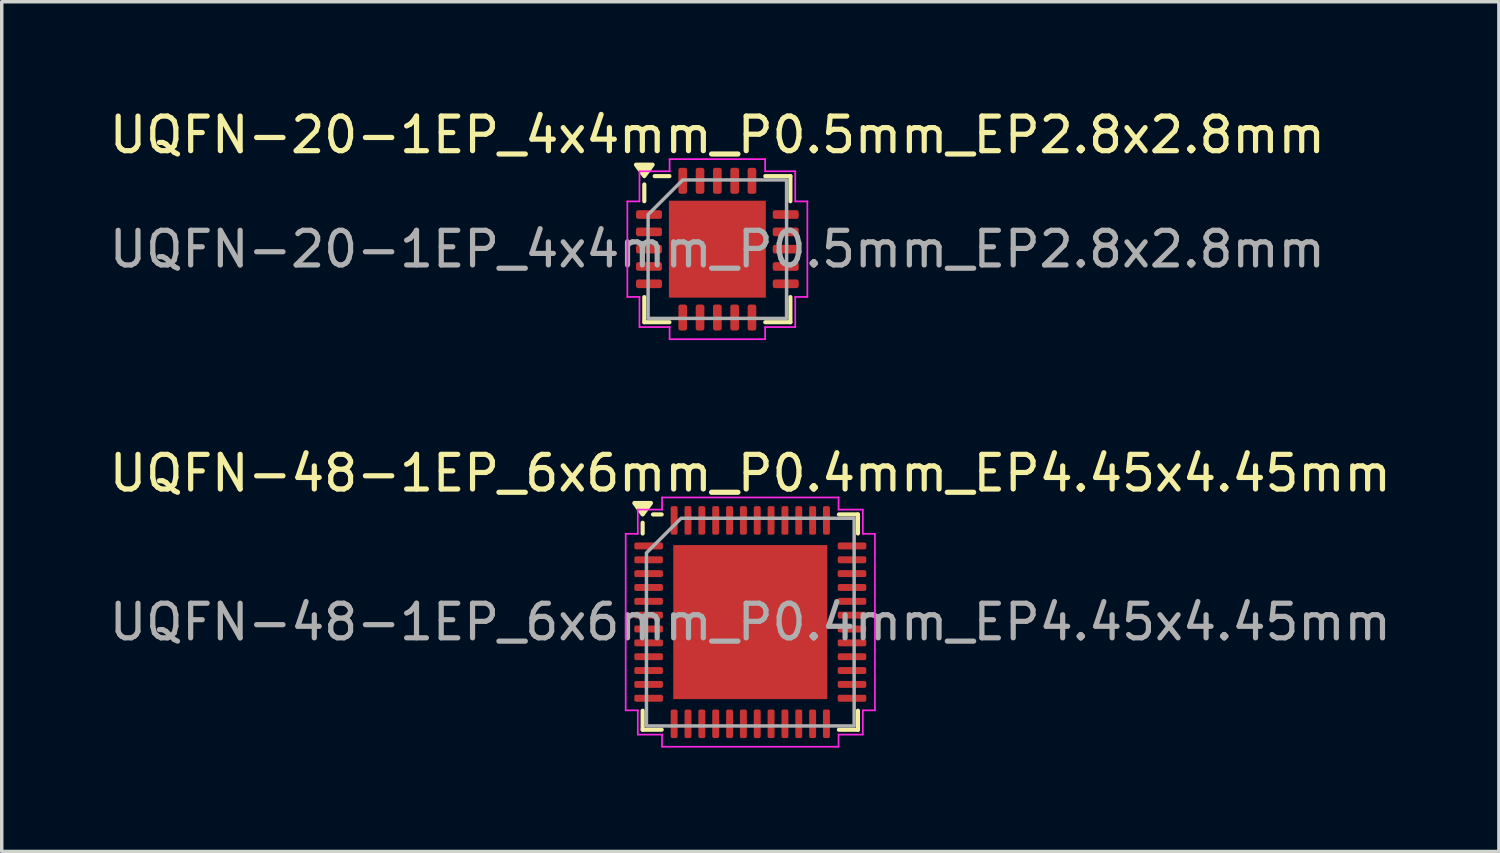
<source format=kicad_pcb>
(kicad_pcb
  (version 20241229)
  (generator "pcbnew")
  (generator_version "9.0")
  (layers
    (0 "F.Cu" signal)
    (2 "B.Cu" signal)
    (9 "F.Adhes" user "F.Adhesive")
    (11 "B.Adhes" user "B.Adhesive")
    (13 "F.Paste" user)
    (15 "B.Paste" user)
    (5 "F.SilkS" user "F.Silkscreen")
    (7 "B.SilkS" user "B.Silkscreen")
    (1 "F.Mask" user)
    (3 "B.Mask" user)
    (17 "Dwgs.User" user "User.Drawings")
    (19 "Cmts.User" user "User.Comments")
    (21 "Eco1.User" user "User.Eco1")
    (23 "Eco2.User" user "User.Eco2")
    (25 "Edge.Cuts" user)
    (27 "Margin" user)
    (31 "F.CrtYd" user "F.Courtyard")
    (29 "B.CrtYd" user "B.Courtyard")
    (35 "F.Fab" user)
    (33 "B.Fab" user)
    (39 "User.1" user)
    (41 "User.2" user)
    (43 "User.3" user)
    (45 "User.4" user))
  (footprint "UQFN-20-1EP_4x4mm_P0.5mm_EP2.8x2.8mm"
    (layer "F.Cu")
    (at 17.673 4.148)
    (property "Reference" "UQFN-20-1EP_4x4mm_P0.5mm_EP2.8x2.8mm" (at 0 -3.3 0) (layer "F.SilkS") (effects (font (size 1 1) (thickness 0.15))))
    (attr smd)
    (fp_line (start -2.11 -1.385) (end -2.11 -1.87) (stroke (width 0.12) (type solid)) (layer "F.SilkS"))
    (fp_line (start -2.11 2.11) (end -2.11 1.385) (stroke (width 0.12) (type solid)) (layer "F.SilkS"))
    (fp_line (start -1.385 -2.11) (end -1.81 -2.11) (stroke (width 0.12) (type solid)) (layer "F.SilkS"))
    (fp_line (start -1.385 2.11) (end -2.11 2.11) (stroke (width 0.12) (type solid)) (layer "F.SilkS"))
    (fp_line (start 1.385 -2.11) (end 2.11 -2.11) (stroke (width 0.12) (type solid)) (layer "F.SilkS"))
    (fp_line (start 1.385 2.11) (end 2.11 2.11) (stroke (width 0.12) (type solid)) (layer "F.SilkS"))
    (fp_line (start 2.11 -2.11) (end 2.11 -1.385) (stroke (width 0.12) (type solid)) (layer "F.SilkS"))
    (fp_line (start 2.11 2.11) (end 2.11 1.385) (stroke (width 0.12) (type solid)) (layer "F.SilkS"))
    (fp_poly (pts (xy -2.11 -2.11) (xy -2.35 -2.44) (xy -1.87 -2.44)) (stroke (width 0.12) (type solid)) (fill yes) (layer "F.SilkS"))
    (fp_line (start -2.6 -1.38) (end -2.25 -1.38) (stroke (width 0.05) (type solid)) (layer "F.CrtYd"))
    (fp_line (start -2.6 1.38) (end -2.6 -1.38) (stroke (width 0.05) (type solid)) (layer "F.CrtYd"))
    (fp_line (start -2.25 -2.25) (end -1.38 -2.25) (stroke (width 0.05) (type solid)) (layer "F.CrtYd"))
    (fp_line (start -2.25 -1.38) (end -2.25 -2.25) (stroke (width 0.05) (type solid)) (layer "F.CrtYd"))
    (fp_line (start -2.25 1.38) (end -2.6 1.38) (stroke (width 0.05) (type solid)) (layer "F.CrtYd"))
    (fp_line (start -2.25 2.25) (end -2.25 1.38) (stroke (width 0.05) (type solid)) (layer "F.CrtYd"))
    (fp_line (start -1.38 -2.6) (end 1.38 -2.6) (stroke (width 0.05) (type solid)) (layer "F.CrtYd"))
    (fp_line (start -1.38 -2.25) (end -1.38 -2.6) (stroke (width 0.05) (type solid)) (layer "F.CrtYd"))
    (fp_line (start -1.38 2.25) (end -2.25 2.25) (stroke (width 0.05) (type solid)) (layer "F.CrtYd"))
    (fp_line (start -1.38 2.6) (end -1.38 2.25) (stroke (width 0.05) (type solid)) (layer "F.CrtYd"))
    (fp_line (start 1.38 -2.6) (end 1.38 -2.25) (stroke (width 0.05) (type solid)) (layer "F.CrtYd"))
    (fp_line (start 1.38 -2.25) (end 2.25 -2.25) (stroke (width 0.05) (type solid)) (layer "F.CrtYd"))
    (fp_line (start 1.38 2.25) (end 1.38 2.6) (stroke (width 0.05) (type solid)) (layer "F.CrtYd"))
    (fp_line (start 1.38 2.6) (end -1.38 2.6) (stroke (width 0.05) (type solid)) (layer "F.CrtYd"))
    (fp_line (start 2.25 -2.25) (end 2.25 -1.38) (stroke (width 0.05) (type solid)) (layer "F.CrtYd"))
    (fp_line (start 2.25 -1.38) (end 2.6 -1.38) (stroke (width 0.05) (type solid)) (layer "F.CrtYd"))
    (fp_line (start 2.25 1.38) (end 2.25 2.25) (stroke (width 0.05) (type solid)) (layer "F.CrtYd"))
    (fp_line (start 2.25 2.25) (end 1.38 2.25) (stroke (width 0.05) (type solid)) (layer "F.CrtYd"))
    (fp_line (start 2.6 -1.38) (end 2.6 1.38) (stroke (width 0.05) (type solid)) (layer "F.CrtYd"))
    (fp_line (start 2.6 1.38) (end 2.25 1.38) (stroke (width 0.05) (type solid)) (layer "F.CrtYd"))
    (fp_poly (pts (xy -2 -1) (xy -2 2) (xy 2 2) (xy 2 -2) (xy -1 -2)) (stroke (width 0.1) (type solid)) (fill no) (layer "F.Fab"))
    (fp_text user "${REFERENCE}" (at 0 0 0) (layer "F.Fab") (effects (font (size 1 1) (thickness 0.15))))
    (pad "" smd roundrect (at -0.7 -0.7) (size 1.13 1.13) (layers "F.Paste") (roundrect_rratio 0.221))
    (pad "" smd roundrect (at -0.7 0.7) (size 1.13 1.13) (layers "F.Paste") (roundrect_rratio 0.221))
    (pad "" smd roundrect (at 0.7 -0.7) (size 1.13 1.13) (layers "F.Paste") (roundrect_rratio 0.221))
    (pad "" smd roundrect (at 0.7 0.7) (size 1.13 1.13) (layers "F.Paste") (roundrect_rratio 0.221))
    (pad "1" smd roundrect (at -1.975 -1) (size 0.75 0.25) (layers "F.Cu" "F.Mask" "F.Paste") (roundrect_rratio 0.25))
    (pad "2" smd roundrect (at -1.975 -0.5) (size 0.75 0.25) (layers "F.Cu" "F.Mask" "F.Paste") (roundrect_rratio 0.25))
    (pad "3" smd roundrect (at -1.975 0) (size 0.75 0.25) (layers "F.Cu" "F.Mask" "F.Paste") (roundrect_rratio 0.25))
    (pad "4" smd roundrect (at -1.975 0.5) (size 0.75 0.25) (layers "F.Cu" "F.Mask" "F.Paste") (roundrect_rratio 0.25))
    (pad "5" smd roundrect (at -1.975 1) (size 0.75 0.25) (layers "F.Cu" "F.Mask" "F.Paste") (roundrect_rratio 0.25))
    (pad "6" smd roundrect (at -1 1.975) (size 0.25 0.75) (layers "F.Cu" "F.Mask" "F.Paste") (roundrect_rratio 0.25))
    (pad "7" smd roundrect (at -0.5 1.975) (size 0.25 0.75) (layers "F.Cu" "F.Mask" "F.Paste") (roundrect_rratio 0.25))
    (pad "8" smd roundrect (at 0 1.975) (size 0.25 0.75) (layers "F.Cu" "F.Mask" "F.Paste") (roundrect_rratio 0.25))
    (pad "9" smd roundrect (at 0.5 1.975) (size 0.25 0.75) (layers "F.Cu" "F.Mask" "F.Paste") (roundrect_rratio 0.25))
    (pad "10" smd roundrect (at 1 1.975) (size 0.25 0.75) (layers "F.Cu" "F.Mask" "F.Paste") (roundrect_rratio 0.25))
    (pad "11" smd roundrect (at 1.975 1) (size 0.75 0.25) (layers "F.Cu" "F.Mask" "F.Paste") (roundrect_rratio 0.25))
    (pad "12" smd roundrect (at 1.975 0.5) (size 0.75 0.25) (layers "F.Cu" "F.Mask" "F.Paste") (roundrect_rratio 0.25))
    (pad "13" smd roundrect (at 1.975 0) (size 0.75 0.25) (layers "F.Cu" "F.Mask" "F.Paste") (roundrect_rratio 0.25))
    (pad "14" smd roundrect (at 1.975 -0.5) (size 0.75 0.25) (layers "F.Cu" "F.Mask" "F.Paste") (roundrect_rratio 0.25))
    (pad "15" smd roundrect (at 1.975 -1) (size 0.75 0.25) (layers "F.Cu" "F.Mask" "F.Paste") (roundrect_rratio 0.25))
    (pad "16" smd roundrect (at 1 -1.975) (size 0.25 0.75) (layers "F.Cu" "F.Mask" "F.Paste") (roundrect_rratio 0.25))
    (pad "17" smd roundrect (at 0.5 -1.975) (size 0.25 0.75) (layers "F.Cu" "F.Mask" "F.Paste") (roundrect_rratio 0.25))
    (pad "18" smd roundrect (at 0 -1.975) (size 0.25 0.75) (layers "F.Cu" "F.Mask" "F.Paste") (roundrect_rratio 0.25))
    (pad "19" smd roundrect (at -0.5 -1.975) (size 0.25 0.75) (layers "F.Cu" "F.Mask" "F.Paste") (roundrect_rratio 0.25))
    (pad "20" smd roundrect (at -1 -1.975) (size 0.25 0.75) (layers "F.Cu" "F.Mask" "F.Paste") (roundrect_rratio 0.25))
    (pad "21" smd rect (at 0 0) (size 2.8 2.8) (property pad_prop_heatsink) (layers "F.Cu" "F.Mask")))
  (footprint "UQFN-48-1EP_6x6mm_P0.4mm_EP4.45x4.45mm"
    (layer "F.Cu")
    (at 18.625 14.921)
    (property "Reference" "UQFN-48-1EP_6x6mm_P0.4mm_EP4.45x4.45mm" (at 0 -4.3 0) (layer "F.SilkS") (effects (font (size 1 1) (thickness 0.15))))
    (attr smd)
    (fp_line (start -3.11 -2.56) (end -3.11 -2.87) (stroke (width 0.12) (type solid)) (layer "F.SilkS"))
    (fp_line (start -3.11 3.11) (end -3.11 2.56) (stroke (width 0.12) (type solid)) (layer "F.SilkS"))
    (fp_line (start -2.56 -3.11) (end -2.81 -3.11) (stroke (width 0.12) (type solid)) (layer "F.SilkS"))
    (fp_line (start -2.56 3.11) (end -3.11 3.11) (stroke (width 0.12) (type solid)) (layer "F.SilkS"))
    (fp_line (start 2.56 -3.11) (end 3.11 -3.11) (stroke (width 0.12) (type solid)) (layer "F.SilkS"))
    (fp_line (start 2.56 3.11) (end 3.11 3.11) (stroke (width 0.12) (type solid)) (layer "F.SilkS"))
    (fp_line (start 3.11 -3.11) (end 3.11 -2.56) (stroke (width 0.12) (type solid)) (layer "F.SilkS"))
    (fp_line (start 3.11 3.11) (end 3.11 2.56) (stroke (width 0.12) (type solid)) (layer "F.SilkS"))
    (fp_poly (pts (xy -3.11 -3.11) (xy -3.35 -3.44) (xy -2.87 -3.44)) (stroke (width 0.12) (type solid)) (fill yes) (layer "F.SilkS"))
    (fp_line (start -3.6 -2.55) (end -3.25 -2.55) (stroke (width 0.05) (type solid)) (layer "F.CrtYd"))
    (fp_line (start -3.6 2.55) (end -3.6 -2.55) (stroke (width 0.05) (type solid)) (layer "F.CrtYd"))
    (fp_line (start -3.25 -3.25) (end -2.55 -3.25) (stroke (width 0.05) (type solid)) (layer "F.CrtYd"))
    (fp_line (start -3.25 -2.55) (end -3.25 -3.25) (stroke (width 0.05) (type solid)) (layer "F.CrtYd"))
    (fp_line (start -3.25 2.55) (end -3.6 2.55) (stroke (width 0.05) (type solid)) (layer "F.CrtYd"))
    (fp_line (start -3.25 3.25) (end -3.25 2.55) (stroke (width 0.05) (type solid)) (layer "F.CrtYd"))
    (fp_line (start -2.55 -3.6) (end 2.55 -3.6) (stroke (width 0.05) (type solid)) (layer "F.CrtYd"))
    (fp_line (start -2.55 -3.25) (end -2.55 -3.6) (stroke (width 0.05) (type solid)) (layer "F.CrtYd"))
    (fp_line (start -2.55 3.25) (end -3.25 3.25) (stroke (width 0.05) (type solid)) (layer "F.CrtYd"))
    (fp_line (start -2.55 3.6) (end -2.55 3.25) (stroke (width 0.05) (type solid)) (layer "F.CrtYd"))
    (fp_line (start 2.55 -3.6) (end 2.55 -3.25) (stroke (width 0.05) (type solid)) (layer "F.CrtYd"))
    (fp_line (start 2.55 -3.25) (end 3.25 -3.25) (stroke (width 0.05) (type solid)) (layer "F.CrtYd"))
    (fp_line (start 2.55 3.25) (end 2.55 3.6) (stroke (width 0.05) (type solid)) (layer "F.CrtYd"))
    (fp_line (start 2.55 3.6) (end -2.55 3.6) (stroke (width 0.05) (type solid)) (layer "F.CrtYd"))
    (fp_line (start 3.25 -3.25) (end 3.25 -2.55) (stroke (width 0.05) (type solid)) (layer "F.CrtYd"))
    (fp_line (start 3.25 -2.55) (end 3.6 -2.55) (stroke (width 0.05) (type solid)) (layer "F.CrtYd"))
    (fp_line (start 3.25 2.55) (end 3.25 3.25) (stroke (width 0.05) (type solid)) (layer "F.CrtYd"))
    (fp_line (start 3.25 3.25) (end 2.55 3.25) (stroke (width 0.05) (type solid)) (layer "F.CrtYd"))
    (fp_line (start 3.6 -2.55) (end 3.6 2.55) (stroke (width 0.05) (type solid)) (layer "F.CrtYd"))
    (fp_line (start 3.6 2.55) (end 3.25 2.55) (stroke (width 0.05) (type solid)) (layer "F.CrtYd"))
    (fp_poly (pts (xy -3 -2) (xy -3 3) (xy 3 3) (xy 3 -3) (xy -2 -3)) (stroke (width 0.1) (type solid)) (fill no) (layer "F.Fab"))
    (fp_text user "${REFERENCE}" (at 0 0 0) (layer "F.Fab") (effects (font (size 1 1) (thickness 0.15))))
    (pad "" smd roundrect (at -1.48 -1.48) (size 1.2 1.2) (layers "F.Paste") (roundrect_rratio 0.208))
    (pad "" smd roundrect (at -1.48 0) (size 1.2 1.2) (layers "F.Paste") (roundrect_rratio 0.208))
    (pad "" smd roundrect (at -1.48 1.48) (size 1.2 1.2) (layers "F.Paste") (roundrect_rratio 0.208))
    (pad "" smd roundrect (at 0 -1.48) (size 1.2 1.2) (layers "F.Paste") (roundrect_rratio 0.208))
    (pad "" smd roundrect (at 0 0) (size 1.2 1.2) (layers "F.Paste") (roundrect_rratio 0.208))
    (pad "" smd roundrect (at 0 1.48) (size 1.2 1.2) (layers "F.Paste") (roundrect_rratio 0.208))
    (pad "" smd roundrect (at 1.48 -1.48) (size 1.2 1.2) (layers "F.Paste") (roundrect_rratio 0.208))
    (pad "" smd roundrect (at 1.48 0) (size 1.2 1.2) (layers "F.Paste") (roundrect_rratio 0.208))
    (pad "" smd roundrect (at 1.48 1.48) (size 1.2 1.2) (layers "F.Paste") (roundrect_rratio 0.208))
    (pad "1" smd roundrect (at -2.938 -2.2) (size 0.825 0.2) (layers "F.Cu" "F.Mask" "F.Paste") (roundrect_rratio 0.25))
    (pad "2" smd roundrect (at -2.938 -1.8) (size 0.825 0.2) (layers "F.Cu" "F.Mask" "F.Paste") (roundrect_rratio 0.25))
    (pad "3" smd roundrect (at -2.938 -1.4) (size 0.825 0.2) (layers "F.Cu" "F.Mask" "F.Paste") (roundrect_rratio 0.25))
    (pad "4" smd roundrect (at -2.938 -1) (size 0.825 0.2) (layers "F.Cu" "F.Mask" "F.Paste") (roundrect_rratio 0.25))
    (pad "5" smd roundrect (at -2.938 -0.6) (size 0.825 0.2) (layers "F.Cu" "F.Mask" "F.Paste") (roundrect_rratio 0.25))
    (pad "6" smd roundrect (at -2.938 -0.2) (size 0.825 0.2) (layers "F.Cu" "F.Mask" "F.Paste") (roundrect_rratio 0.25))
    (pad "7" smd roundrect (at -2.938 0.2) (size 0.825 0.2) (layers "F.Cu" "F.Mask" "F.Paste") (roundrect_rratio 0.25))
    (pad "8" smd roundrect (at -2.938 0.6) (size 0.825 0.2) (layers "F.Cu" "F.Mask" "F.Paste") (roundrect_rratio 0.25))
    (pad "9" smd roundrect (at -2.938 1) (size 0.825 0.2) (layers "F.Cu" "F.Mask" "F.Paste") (roundrect_rratio 0.25))
    (pad "10" smd roundrect (at -2.938 1.4) (size 0.825 0.2) (layers "F.Cu" "F.Mask" "F.Paste") (roundrect_rratio 0.25))
    (pad "11" smd roundrect (at -2.938 1.8) (size 0.825 0.2) (layers "F.Cu" "F.Mask" "F.Paste") (roundrect_rratio 0.25))
    (pad "12" smd roundrect (at -2.938 2.2) (size 0.825 0.2) (layers "F.Cu" "F.Mask" "F.Paste") (roundrect_rratio 0.25))
    (pad "13" smd roundrect (at -2.2 2.938) (size 0.2 0.825) (layers "F.Cu" "F.Mask" "F.Paste") (roundrect_rratio 0.25))
    (pad "14" smd roundrect (at -1.8 2.938) (size 0.2 0.825) (layers "F.Cu" "F.Mask" "F.Paste") (roundrect_rratio 0.25))
    (pad "15" smd roundrect (at -1.4 2.938) (size 0.2 0.825) (layers "F.Cu" "F.Mask" "F.Paste") (roundrect_rratio 0.25))
    (pad "16" smd roundrect (at -1 2.938) (size 0.2 0.825) (layers "F.Cu" "F.Mask" "F.Paste") (roundrect_rratio 0.25))
    (pad "17" smd roundrect (at -0.6 2.938) (size 0.2 0.825) (layers "F.Cu" "F.Mask" "F.Paste") (roundrect_rratio 0.25))
    (pad "18" smd roundrect (at -0.2 2.938) (size 0.2 0.825) (layers "F.Cu" "F.Mask" "F.Paste") (roundrect_rratio 0.25))
    (pad "19" smd roundrect (at 0.2 2.938) (size 0.2 0.825) (layers "F.Cu" "F.Mask" "F.Paste") (roundrect_rratio 0.25))
    (pad "20" smd roundrect (at 0.6 2.938) (size 0.2 0.825) (layers "F.Cu" "F.Mask" "F.Paste") (roundrect_rratio 0.25))
    (pad "21" smd roundrect (at 1 2.938) (size 0.2 0.825) (layers "F.Cu" "F.Mask" "F.Paste") (roundrect_rratio 0.25))
    (pad "22" smd roundrect (at 1.4 2.938) (size 0.2 0.825) (layers "F.Cu" "F.Mask" "F.Paste") (roundrect_rratio 0.25))
    (pad "23" smd roundrect (at 1.8 2.938) (size 0.2 0.825) (layers "F.Cu" "F.Mask" "F.Paste") (roundrect_rratio 0.25))
    (pad "24" smd roundrect (at 2.2 2.938) (size 0.2 0.825) (layers "F.Cu" "F.Mask" "F.Paste") (roundrect_rratio 0.25))
    (pad "25" smd roundrect (at 2.938 2.2) (size 0.825 0.2) (layers "F.Cu" "F.Mask" "F.Paste") (roundrect_rratio 0.25))
    (pad "26" smd roundrect (at 2.938 1.8) (size 0.825 0.2) (layers "F.Cu" "F.Mask" "F.Paste") (roundrect_rratio 0.25))
    (pad "27" smd roundrect (at 2.938 1.4) (size 0.825 0.2) (layers "F.Cu" "F.Mask" "F.Paste") (roundrect_rratio 0.25))
    (pad "28" smd roundrect (at 2.938 1) (size 0.825 0.2) (layers "F.Cu" "F.Mask" "F.Paste") (roundrect_rratio 0.25))
    (pad "29" smd roundrect (at 2.938 0.6) (size 0.825 0.2) (layers "F.Cu" "F.Mask" "F.Paste") (roundrect_rratio 0.25))
    (pad "30" smd roundrect (at 2.938 0.2) (size 0.825 0.2) (layers "F.Cu" "F.Mask" "F.Paste") (roundrect_rratio 0.25))
    (pad "31" smd roundrect (at 2.938 -0.2) (size 0.825 0.2) (layers "F.Cu" "F.Mask" "F.Paste") (roundrect_rratio 0.25))
    (pad "32" smd roundrect (at 2.938 -0.6) (size 0.825 0.2) (layers "F.Cu" "F.Mask" "F.Paste") (roundrect_rratio 0.25))
    (pad "33" smd roundrect (at 2.938 -1) (size 0.825 0.2) (layers "F.Cu" "F.Mask" "F.Paste") (roundrect_rratio 0.25))
    (pad "34" smd roundrect (at 2.938 -1.4) (size 0.825 0.2) (layers "F.Cu" "F.Mask" "F.Paste") (roundrect_rratio 0.25))
    (pad "35" smd roundrect (at 2.938 -1.8) (size 0.825 0.2) (layers "F.Cu" "F.Mask" "F.Paste") (roundrect_rratio 0.25))
    (pad "36" smd roundrect (at 2.938 -2.2) (size 0.825 0.2) (layers "F.Cu" "F.Mask" "F.Paste") (roundrect_rratio 0.25))
    (pad "37" smd roundrect (at 2.2 -2.938) (size 0.2 0.825) (layers "F.Cu" "F.Mask" "F.Paste") (roundrect_rratio 0.25))
    (pad "38" smd roundrect (at 1.8 -2.938) (size 0.2 0.825) (layers "F.Cu" "F.Mask" "F.Paste") (roundrect_rratio 0.25))
    (pad "39" smd roundrect (at 1.4 -2.938) (size 0.2 0.825) (layers "F.Cu" "F.Mask" "F.Paste") (roundrect_rratio 0.25))
    (pad "40" smd roundrect (at 1 -2.938) (size 0.2 0.825) (layers "F.Cu" "F.Mask" "F.Paste") (roundrect_rratio 0.25))
    (pad "41" smd roundrect (at 0.6 -2.938) (size 0.2 0.825) (layers "F.Cu" "F.Mask" "F.Paste") (roundrect_rratio 0.25))
    (pad "42" smd roundrect (at 0.2 -2.938) (size 0.2 0.825) (layers "F.Cu" "F.Mask" "F.Paste") (roundrect_rratio 0.25))
    (pad "43" smd roundrect (at -0.2 -2.938) (size 0.2 0.825) (layers "F.Cu" "F.Mask" "F.Paste") (roundrect_rratio 0.25))
    (pad "44" smd roundrect (at -0.6 -2.938) (size 0.2 0.825) (layers "F.Cu" "F.Mask" "F.Paste") (roundrect_rratio 0.25))
    (pad "45" smd roundrect (at -1 -2.938) (size 0.2 0.825) (layers "F.Cu" "F.Mask" "F.Paste") (roundrect_rratio 0.25))
    (pad "46" smd roundrect (at -1.4 -2.938) (size 0.2 0.825) (layers "F.Cu" "F.Mask" "F.Paste") (roundrect_rratio 0.25))
    (pad "47" smd roundrect (at -1.8 -2.938) (size 0.2 0.825) (layers "F.Cu" "F.Mask" "F.Paste") (roundrect_rratio 0.25))
    (pad "48" smd roundrect (at -2.2 -2.938) (size 0.2 0.825) (layers "F.Cu" "F.Mask" "F.Paste") (roundrect_rratio 0.25))
    (pad "49" smd rect (at 0 0) (size 4.45 4.45) (property pad_prop_heatsink) (layers "F.Cu" "F.Mask")))
  (gr_rect
    (start -3 -3)
    (end 40.25 21.547)
    (stroke (width 0.1) (type default))
    (fill no)
    (layer "Edge.Cuts")))
</source>
